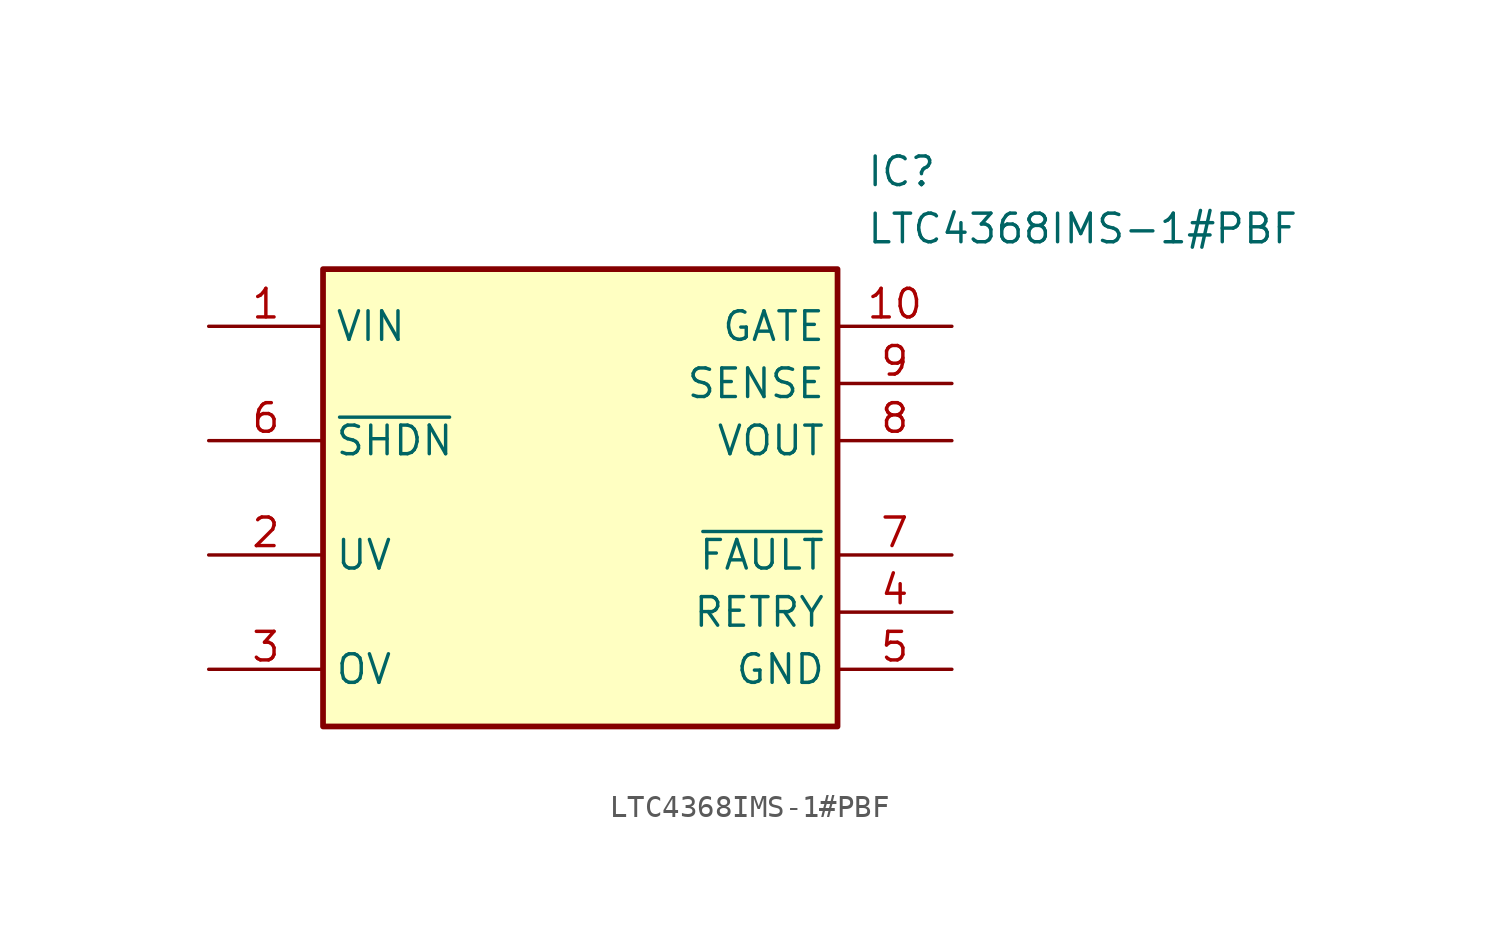
<source format=kicad_sym>
(kicad_symbol_lib
  (version 20211014)
  (generator SamacSys_ECAD_Model)
  (symbol "LTC4368IMS-1#PBF"
    (property "Reference" "IC"
      (at 29.21 7.62 0)
      (effects (font (size 1.27 1.27)) (justify left top)))
    (property "Value" "LTC4368IMS-1#PBF"
      (at 29.21 5.08 0)
      (effects (font (size 1.27 1.27)) (justify left top)))
    (rectangle
      (start 5.08 2.54)
      (end 27.94 -17.78)
      (stroke (width 0.254) (type default))
      (fill (type background)))
    (pin input line
      (at 0 0 0)
      (length 5.08)
      (name "VIN" (effects (font (size 1.27 1.27))))
      (number "1" (effects (font (size 1.27 1.27)))))
    (pin output line
      (at 0 -10.16 0)
      (length 5.08)
      (name "UV" (effects (font (size 1.27 1.27))))
      (number "2" (effects (font (size 1.27 1.27)))))
    (pin output line
      (at 0 -15.24 0)
      (length 5.08)
      (name "OV" (effects (font (size 1.27 1.27))))
      (number "3" (effects (font (size 1.27 1.27)))))
    (pin input line
      (at 33.02 -12.7 180)
      (length 5.08)
      (name "RETRY" (effects (font (size 1.27 1.27))))
      (number "4" (effects (font (size 1.27 1.27)))))
    (pin power_in line
      (at 33.02 -15.24 180)
      (length 5.08)
      (name "GND" (effects (font (size 1.27 1.27))))
      (number "5" (effects (font (size 1.27 1.27)))))
    (pin input line
      (at 0 -5.08 0)
      (length 5.08)
      (name "~{SHDN}" (effects (font (size 1.27 1.27))))
      (number "6" (effects (font (size 1.27 1.27)))))
    (pin input line
      (at 33.02 -10.16 180)
      (length 5.08)
      (name "~{FAULT}" (effects (font (size 1.27 1.27))))
      (number "7" (effects (font (size 1.27 1.27)))))
    (pin output line
      (at 33.02 -5.08 180)
      (length 5.08)
      (name "VOUT" (effects (font (size 1.27 1.27))))
      (number "8" (effects (font (size 1.27 1.27)))))
    (pin input line
      (at 33.02 -2.54 180)
      (length 5.08)
      (name "SENSE" (effects (font (size 1.27 1.27))))
      (number "9" (effects (font (size 1.27 1.27)))))
    (pin input line
      (at 33.02 0 180)
      (length 5.08)
      (name "GATE" (effects (font (size 1.27 1.27))))
      (number "10" (effects (font (size 1.27 1.27)))))))
</source>
